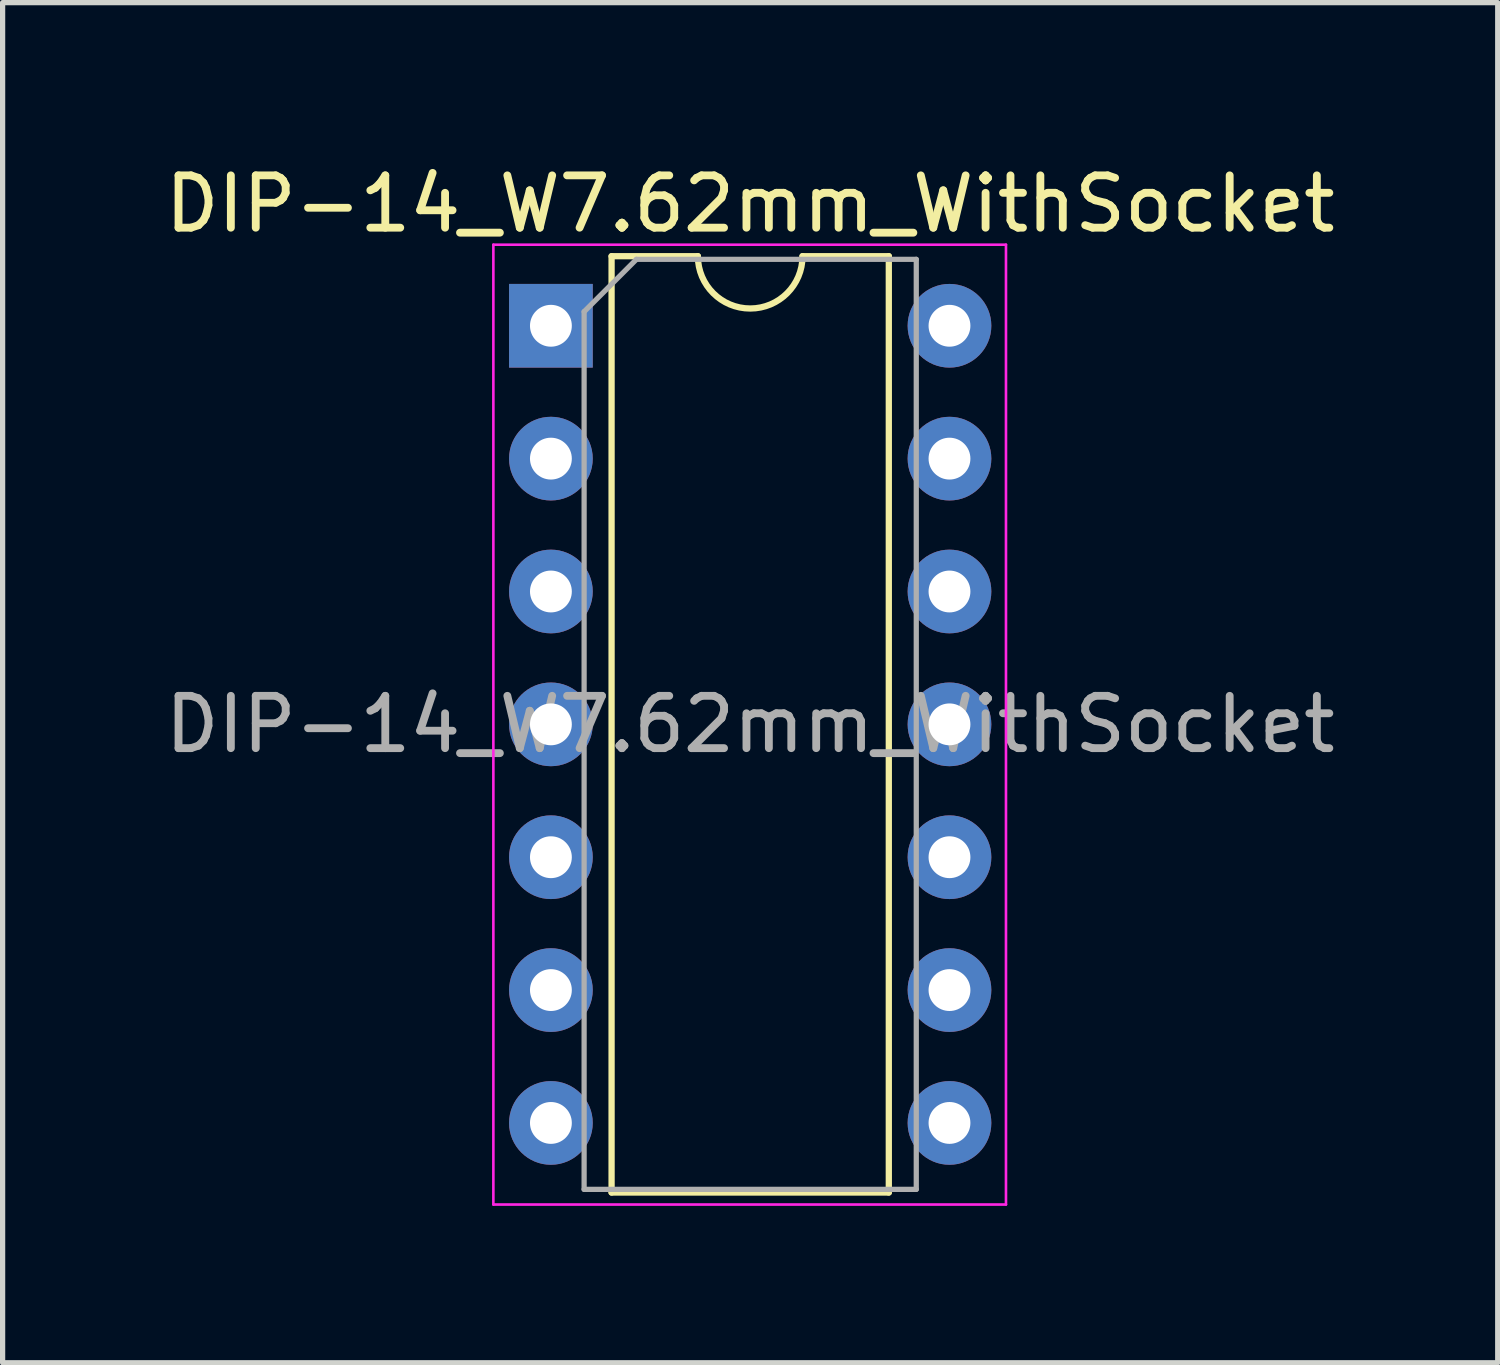
<source format=kicad_pcb>
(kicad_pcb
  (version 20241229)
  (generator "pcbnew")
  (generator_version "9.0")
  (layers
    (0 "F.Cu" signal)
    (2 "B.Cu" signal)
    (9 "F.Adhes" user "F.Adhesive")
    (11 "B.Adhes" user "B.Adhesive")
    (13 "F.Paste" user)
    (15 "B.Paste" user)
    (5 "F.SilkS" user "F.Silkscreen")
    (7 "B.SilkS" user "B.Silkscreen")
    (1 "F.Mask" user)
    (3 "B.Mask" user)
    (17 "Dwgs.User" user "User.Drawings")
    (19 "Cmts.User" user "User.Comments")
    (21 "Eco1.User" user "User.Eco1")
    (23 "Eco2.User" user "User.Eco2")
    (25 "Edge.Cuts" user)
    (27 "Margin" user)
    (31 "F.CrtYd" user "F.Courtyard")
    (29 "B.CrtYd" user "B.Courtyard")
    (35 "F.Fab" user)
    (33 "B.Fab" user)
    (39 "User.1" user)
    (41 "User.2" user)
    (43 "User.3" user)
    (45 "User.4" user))
  (footprint "DIP-14_W7.62mm_WithSocket"
    (layer "F.Cu")
    (at 7.482 3.178)
    (property "Reference" "DIP-14_W7.62mm_WithSocket" (at 3.81 -2.33 0) (layer "F.SilkS") (effects (font (size 1 1) (thickness 0.15))))
    (attr through_hole)
    (fp_line (start 1.16 -1.33) (end 1.16 16.57) (stroke (width 0.12) (type solid)) (layer "F.SilkS"))
    (fp_line (start 1.16 16.57) (end 6.46 16.57) (stroke (width 0.12) (type solid)) (layer "F.SilkS"))
    (fp_line (start 2.81 -1.33) (end 1.16 -1.33) (stroke (width 0.12) (type solid)) (layer "F.SilkS"))
    (fp_line (start 6.46 -1.33) (end 4.81 -1.33) (stroke (width 0.12) (type solid)) (layer "F.SilkS"))
    (fp_line (start 6.46 16.57) (end 6.46 -1.33) (stroke (width 0.12) (type solid)) (layer "F.SilkS"))
    (fp_arc (start 4.81 -1.33) (mid 3.81 -0.33) (end 2.81 -1.33) (stroke (width 0.12) (type solid)) (layer "F.SilkS"))
    (fp_line (start -1.1 -1.55) (end -1.1 16.8) (stroke (width 0.05) (type solid)) (layer "F.CrtYd"))
    (fp_line (start -1.1 16.8) (end 8.7 16.8) (stroke (width 0.05) (type solid)) (layer "F.CrtYd"))
    (fp_line (start 8.7 -1.55) (end -1.1 -1.55) (stroke (width 0.05) (type solid)) (layer "F.CrtYd"))
    (fp_line (start 8.7 16.8) (end 8.7 -1.55) (stroke (width 0.05) (type solid)) (layer "F.CrtYd"))
    (fp_line (start 0.635 -0.27) (end 1.635 -1.27) (stroke (width 0.1) (type solid)) (layer "F.Fab"))
    (fp_line (start 0.635 16.51) (end 0.635 -0.27) (stroke (width 0.1) (type solid)) (layer "F.Fab"))
    (fp_line (start 1.635 -1.27) (end 6.985 -1.27) (stroke (width 0.1) (type solid)) (layer "F.Fab"))
    (fp_line (start 6.985 -1.27) (end 6.985 16.51) (stroke (width 0.1) (type solid)) (layer "F.Fab"))
    (fp_line (start 6.985 16.51) (end 0.635 16.51) (stroke (width 0.1) (type solid)) (layer "F.Fab"))
    (fp_text user "${REFERENCE}" (at 3.81 7.62 0) (layer "F.Fab") (effects (font (size 1 1) (thickness 0.15))))
    (pad "1" thru_hole rect (at 0 0) (size 1.6 1.6) (drill 0.8) (layers "*.Cu" "*.Mask"))
    (pad "2" thru_hole oval (at 0 2.54) (size 1.6 1.6) (drill 0.8) (layers "*.Cu" "*.Mask"))
    (pad "3" thru_hole oval (at 0 5.08) (size 1.6 1.6) (drill 0.8) (layers "*.Cu" "*.Mask"))
    (pad "4" thru_hole oval (at 0 7.62) (size 1.6 1.6) (drill 0.8) (layers "*.Cu" "*.Mask"))
    (pad "5" thru_hole oval (at 0 10.16) (size 1.6 1.6) (drill 0.8) (layers "*.Cu" "*.Mask"))
    (pad "6" thru_hole oval (at 0 12.7) (size 1.6 1.6) (drill 0.8) (layers "*.Cu" "*.Mask"))
    (pad "7" thru_hole oval (at 0 15.24) (size 1.6 1.6) (drill 0.8) (layers "*.Cu" "*.Mask"))
    (pad "8" thru_hole oval (at 7.62 15.24) (size 1.6 1.6) (drill 0.8) (layers "*.Cu" "*.Mask"))
    (pad "9" thru_hole oval (at 7.62 12.7) (size 1.6 1.6) (drill 0.8) (layers "*.Cu" "*.Mask"))
    (pad "10" thru_hole oval (at 7.62 10.16) (size 1.6 1.6) (drill 0.8) (layers "*.Cu" "*.Mask"))
    (pad "11" thru_hole oval (at 7.62 7.62) (size 1.6 1.6) (drill 0.8) (layers "*.Cu" "*.Mask"))
    (pad "12" thru_hole oval (at 7.62 5.08) (size 1.6 1.6) (drill 0.8) (layers "*.Cu" "*.Mask"))
    (pad "13" thru_hole oval (at 7.62 2.54) (size 1.6 1.6) (drill 0.8) (layers "*.Cu" "*.Mask"))
    (pad "14" thru_hole oval (at 7.62 0) (size 1.6 1.6) (drill 0.8) (layers "*.Cu" "*.Mask")))
  (gr_rect
    (start -3 -3)
    (end 25.583 23.003)
    (stroke (width 0.1) (type default))
    (fill no)
    (layer "Edge.Cuts")))
</source>
